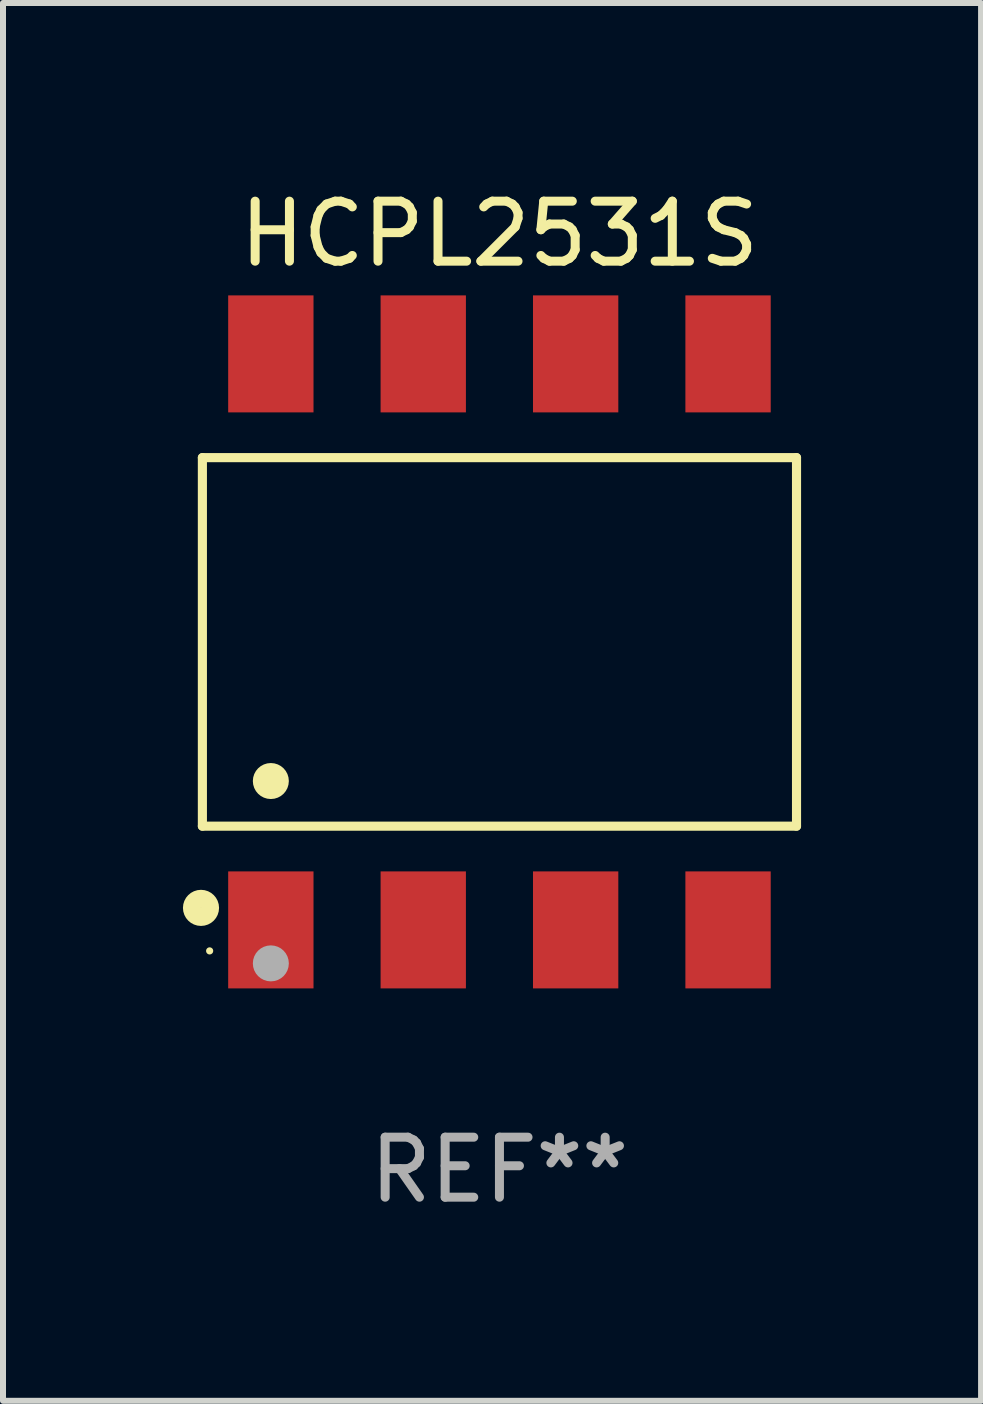
<source format=kicad_pcb>
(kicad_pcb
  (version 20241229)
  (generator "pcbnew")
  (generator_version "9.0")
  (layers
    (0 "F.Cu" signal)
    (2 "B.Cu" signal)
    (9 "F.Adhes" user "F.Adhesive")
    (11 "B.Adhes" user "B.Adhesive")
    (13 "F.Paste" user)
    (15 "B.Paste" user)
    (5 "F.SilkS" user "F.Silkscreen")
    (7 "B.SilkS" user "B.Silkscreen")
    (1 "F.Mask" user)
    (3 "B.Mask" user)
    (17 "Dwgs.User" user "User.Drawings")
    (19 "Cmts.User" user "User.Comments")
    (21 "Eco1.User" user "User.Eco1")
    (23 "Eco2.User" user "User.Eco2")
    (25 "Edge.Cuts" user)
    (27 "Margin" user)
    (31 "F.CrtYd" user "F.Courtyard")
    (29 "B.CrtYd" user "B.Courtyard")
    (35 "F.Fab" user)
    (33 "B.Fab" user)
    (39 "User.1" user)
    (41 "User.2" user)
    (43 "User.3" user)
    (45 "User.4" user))
  (footprint "HCPL2531S"
    (layer "F.Cu")
    (at 5.274 7.648)
    (property "Reference" "HCPL2531S" (at 0 -6.8 0) (layer "F.SilkS") (effects (font (size 1 1) (thickness 0.15))))
    (attr through_hole)
    (fp_line (start -4.951 -3.071) (end 4.951 -3.071) (stroke (width 0.152) (type solid)) (layer "F.SilkS"))
    (fp_line (start -4.951 3.071) (end -4.951 -3.071) (stroke (width 0.152) (type solid)) (layer "F.SilkS"))
    (fp_line (start 4.951 -3.071) (end 4.951 3.071) (stroke (width 0.152) (type solid)) (layer "F.SilkS"))
    (fp_line (start 4.951 3.071) (end -4.951 3.071) (stroke (width 0.152) (type solid)) (layer "F.SilkS"))
    (fp_circle (center -4.974 4.433) (end -4.823 4.433) (stroke (width 0.3) (type solid)) (fill no) (layer "F.SilkS"))
    (fp_circle (center -4.83 5.15) (end -4.8 5.15) (stroke (width 0.06) (type solid)) (fill no) (layer "F.SilkS"))
    (fp_circle (center -3.81 2.319) (end -3.66 2.319) (stroke (width 0.3) (type solid)) (fill no) (layer "F.SilkS"))
    (fp_circle (center -3.81 5.358) (end -3.66 5.358) (stroke (width 0.3) (type solid)) (fill no) (layer "F.Fab"))
    (fp_text user "REF**" (at 0 8.8 0) (layer "F.Fab") (effects (font (size 1 1) (thickness 0.15))))
    (pad "1" smd rect (at -3.81 4.8) (size 1.422 1.95) (layers "F.Cu" "F.Mask" "F.Paste"))
    (pad "2" smd rect (at -1.27 4.8) (size 1.422 1.95) (layers "F.Cu" "F.Mask" "F.Paste"))
    (pad "3" smd rect (at 1.27 4.8) (size 1.422 1.95) (layers "F.Cu" "F.Mask" "F.Paste"))
    (pad "4" smd rect (at 3.81 4.8) (size 1.422 1.95) (layers "F.Cu" "F.Mask" "F.Paste"))
    (pad "5" smd rect (at 3.81 -4.8) (size 1.422 1.95) (layers "F.Cu" "F.Mask" "F.Paste"))
    (pad "6" smd rect (at 1.27 -4.8) (size 1.422 1.95) (layers "F.Cu" "F.Mask" "F.Paste"))
    (pad "7" smd rect (at -1.27 -4.8) (size 1.422 1.95) (layers "F.Cu" "F.Mask" "F.Paste"))
    (pad "8" smd rect (at -3.81 -4.8) (size 1.422 1.95) (layers "F.Cu" "F.Mask" "F.Paste")))
  (gr_rect
    (start -3 -3)
    (end 13.301 20.296)
    (stroke (width 0.1) (type default))
    (fill no)
    (layer "Edge.Cuts")))
</source>
